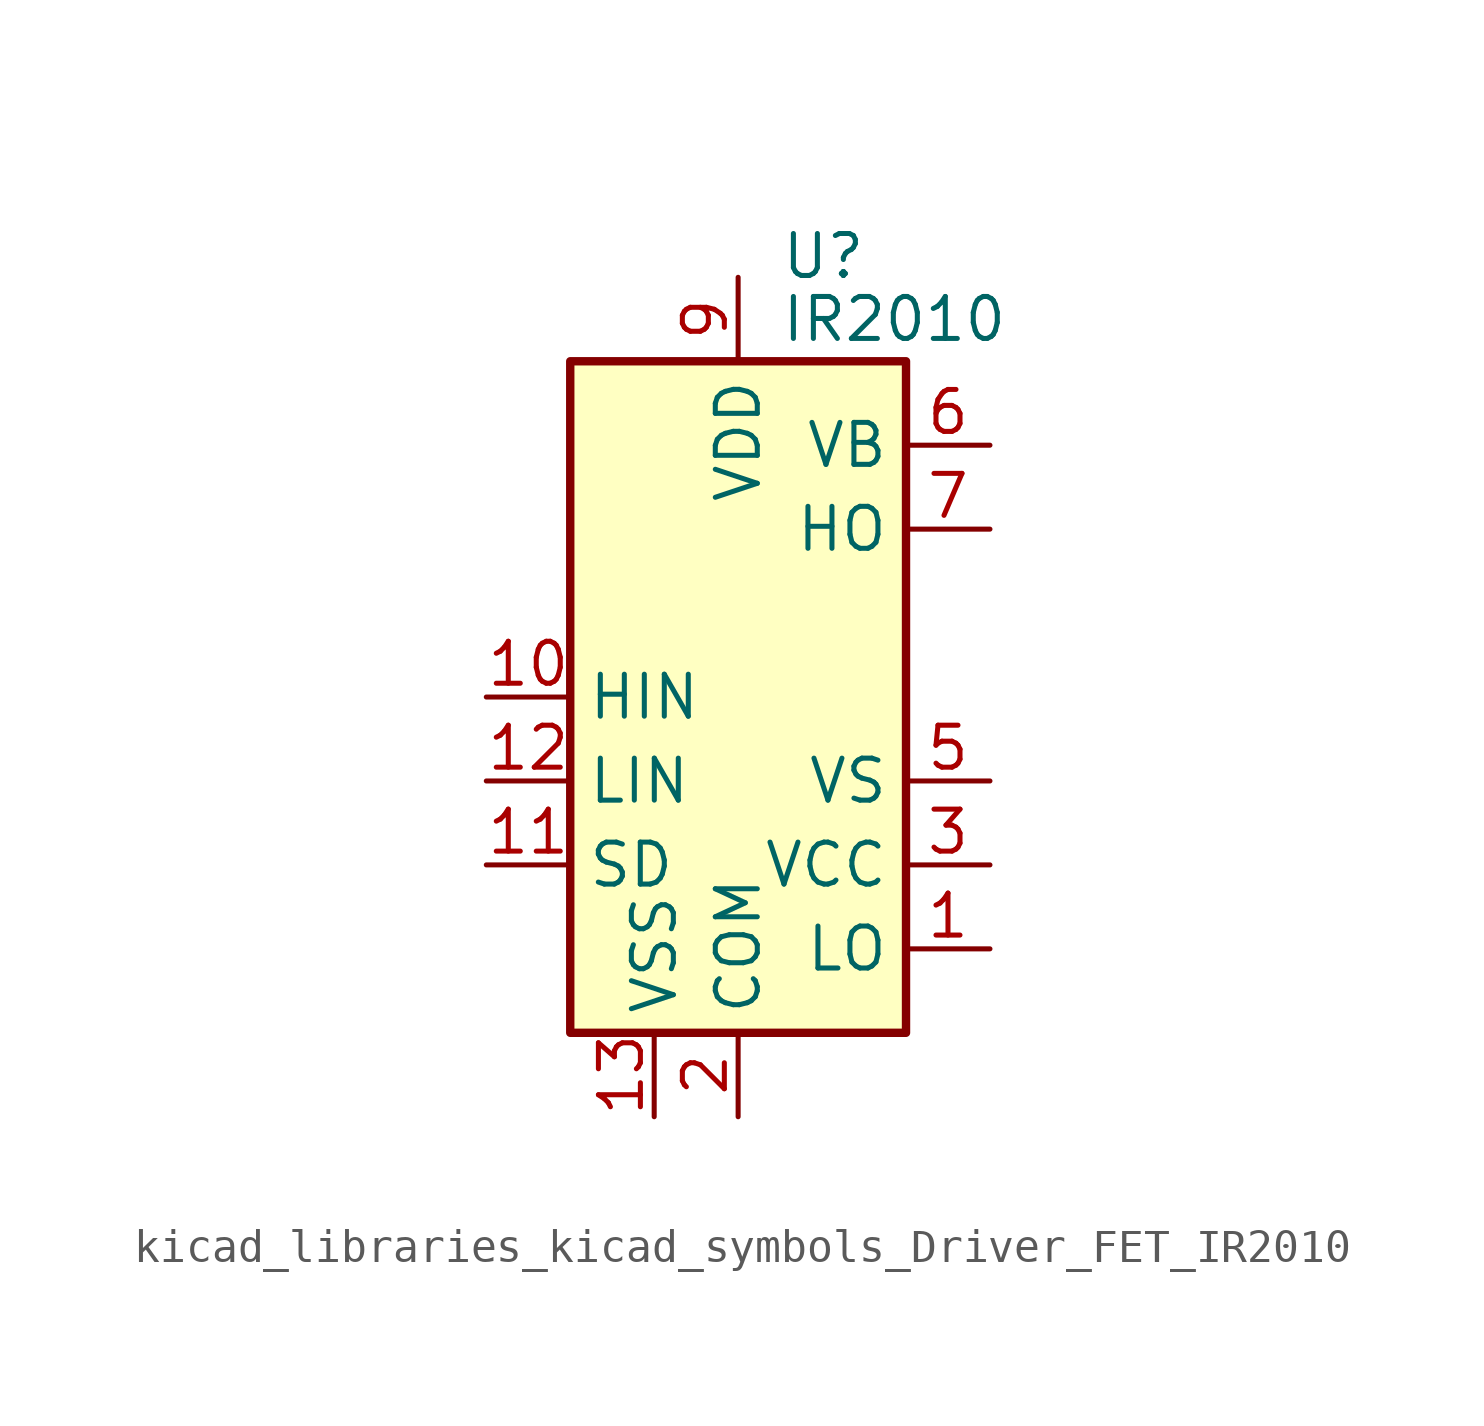
<source format=kicad_sym>
(kicad_symbol_lib
  (version 20220914)
  (generator kicad_symbol_editor)
  (symbol "kicad_libraries_kicad_symbols_Driver_FET_IR2010"
    (property "Reference" "U"
      (at 1.27 13.335 0)
      (effects (font (size 1.27 1.27)) (justify left)))
    (property "Value" "IR2010"
      (at 1.27 11.43 0)
      (effects (font (size 1.27 1.27)) (justify left)))
    (symbol "kicad_libraries_kicad_symbols_Driver_FET_IR2010_0_1"
      (rectangle (start -5.08 -10.16) (end 5.08 10.16) (stroke (width 0.254) (type default)) (fill (type background))))
    (symbol "kicad_libraries_kicad_symbols_Driver_FET_IR2010_1_1"
      (pin output line (at 7.62 -7.62 180) (length 2.54) (name "LO" (effects (font (size 1.27 1.27)))) (number "1" (effects (font (size 1.27 1.27)))))
      (pin input line (at -7.62 0 0) (length 2.54) (name "HIN" (effects (font (size 1.27 1.27)))) (number "10" (effects (font (size 1.27 1.27)))))
      (pin input line (at -7.62 -5.08 0) (length 2.54) (name "SD" (effects (font (size 1.27 1.27)))) (number "11" (effects (font (size 1.27 1.27)))))
      (pin input line (at -7.62 -2.54 0) (length 2.54) (name "LIN" (effects (font (size 1.27 1.27)))) (number "12" (effects (font (size 1.27 1.27)))))
      (pin power_in line (at -2.54 -12.7 90) (length 2.54) (name "VSS" (effects (font (size 1.27 1.27)))) (number "13" (effects (font (size 1.27 1.27)))))
      (pin no_connect line (at -5.08 2.54 0) (length 2.54) hide (name "NC" (effects (font (size 1.27 1.27)))) (number "14" (effects (font (size 1.27 1.27)))))
      (pin power_in line (at 0 -12.7 90) (length 2.54) (name "COM" (effects (font (size 1.27 1.27)))) (number "2" (effects (font (size 1.27 1.27)))))
      (pin power_in line (at 7.62 -5.08 180) (length 2.54) (name "VCC" (effects (font (size 1.27 1.27)))) (number "3" (effects (font (size 1.27 1.27)))))
      (pin no_connect line (at -5.08 7.62 0) (length 2.54) hide (name "NC" (effects (font (size 1.27 1.27)))) (number "4" (effects (font (size 1.27 1.27)))))
      (pin passive line (at 7.62 -2.54 180) (length 2.54) (name "VS" (effects (font (size 1.27 1.27)))) (number "5" (effects (font (size 1.27 1.27)))))
      (pin passive line (at 7.62 7.62 180) (length 2.54) (name "VB" (effects (font (size 1.27 1.27)))) (number "6" (effects (font (size 1.27 1.27)))))
      (pin output line (at 7.62 5.08 180) (length 2.54) (name "HO" (effects (font (size 1.27 1.27)))) (number "7" (effects (font (size 1.27 1.27)))))
      (pin no_connect line (at -5.08 5.08 0) (length 2.54) hide (name "NC" (effects (font (size 1.27 1.27)))) (number "8" (effects (font (size 1.27 1.27)))))
      (pin power_in line (at 0 12.7 270) (length 2.54) (name "VDD" (effects (font (size 1.27 1.27)))) (number "9" (effects (font (size 1.27 1.27))))))))
</source>
